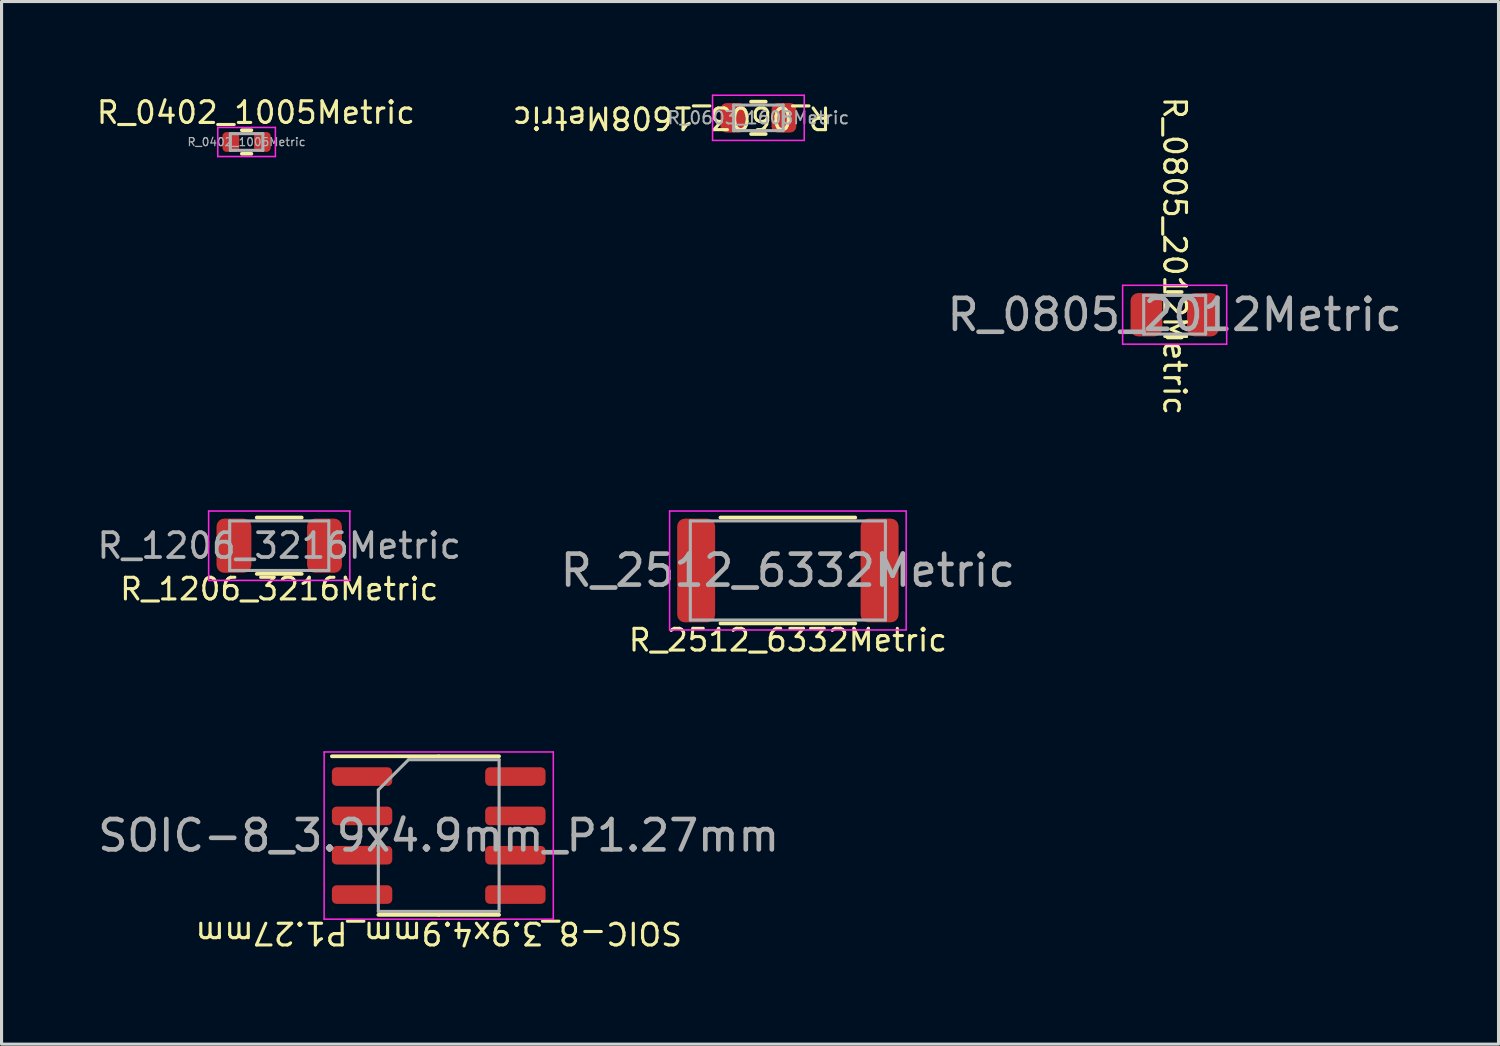
<source format=kicad_pcb>
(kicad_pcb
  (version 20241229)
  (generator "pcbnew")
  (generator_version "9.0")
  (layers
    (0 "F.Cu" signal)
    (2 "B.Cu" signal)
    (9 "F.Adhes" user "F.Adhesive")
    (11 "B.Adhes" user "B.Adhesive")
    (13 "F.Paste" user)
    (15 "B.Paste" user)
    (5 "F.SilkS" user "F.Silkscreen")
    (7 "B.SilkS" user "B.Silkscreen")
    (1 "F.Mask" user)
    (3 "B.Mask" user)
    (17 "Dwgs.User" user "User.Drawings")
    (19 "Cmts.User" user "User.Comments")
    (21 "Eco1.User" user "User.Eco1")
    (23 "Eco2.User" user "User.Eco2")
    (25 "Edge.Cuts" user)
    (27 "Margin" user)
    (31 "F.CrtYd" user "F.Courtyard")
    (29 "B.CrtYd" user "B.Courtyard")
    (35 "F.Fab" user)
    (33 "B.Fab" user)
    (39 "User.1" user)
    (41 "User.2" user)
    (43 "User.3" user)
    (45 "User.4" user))
  (footprint "R_0402_1005Metric"
    (layer "F.Cu")
    (at 4.913 1.535)
    (property "Reference" "R_0402_1005Metric" (at 0.3 -0.95 0) (unlocked yes) (layer "F.SilkS") (effects (font (size 0.7 0.7) (thickness 0.1))))
    (attr smd)
    (fp_line (start -0.154 -0.38) (end 0.154 -0.38) (stroke (width 0.12) (type solid)) (layer "F.SilkS"))
    (fp_line (start -0.154 0.38) (end 0.154 0.38) (stroke (width 0.12) (type solid)) (layer "F.SilkS"))
    (fp_line (start -0.93 -0.47) (end 0.93 -0.47) (stroke (width 0.05) (type solid)) (layer "F.CrtYd"))
    (fp_line (start -0.93 0.47) (end -0.93 -0.47) (stroke (width 0.05) (type solid)) (layer "F.CrtYd"))
    (fp_line (start 0.93 -0.47) (end 0.93 0.47) (stroke (width 0.05) (type solid)) (layer "F.CrtYd"))
    (fp_line (start 0.93 0.47) (end -0.93 0.47) (stroke (width 0.05) (type solid)) (layer "F.CrtYd"))
    (fp_line (start -0.525 -0.27) (end 0.525 -0.27) (stroke (width 0.1) (type solid)) (layer "F.Fab"))
    (fp_line (start -0.525 0.27) (end -0.525 -0.27) (stroke (width 0.1) (type solid)) (layer "F.Fab"))
    (fp_line (start 0.525 -0.27) (end 0.525 0.27) (stroke (width 0.1) (type solid)) (layer "F.Fab"))
    (fp_line (start 0.525 0.27) (end -0.525 0.27) (stroke (width 0.1) (type solid)) (layer "F.Fab"))
    (fp_text user "${REFERENCE}" (at 0 0 0) (layer "F.Fab") (effects (font (size 0.26 0.26) (thickness 0.04))))
    (pad "1" smd roundrect (at -0.51 0) (size 0.54 0.64) (layers "F.Cu" "F.Mask" "F.Paste") (roundrect_rratio 0.25))
    (pad "2" smd roundrect (at 0.51 0) (size 0.54 0.64) (layers "F.Cu" "F.Mask" "F.Paste") (roundrect_rratio 0.25)))
  (footprint "R_2512_6332Metric"
    (layer "F.Cu")
    (at 22.392 15.372)
    (property "Reference" "R_2512_6332Metric" (at 0 2.25 0) (unlocked yes) (layer "F.SilkS") (effects (font (size 0.7 0.7) (thickness 0.1))))
    (attr smd)
    (fp_line (start -2.177 -1.71) (end 2.177 -1.71) (stroke (width 0.12) (type solid)) (layer "F.SilkS"))
    (fp_line (start -2.177 1.71) (end 2.177 1.71) (stroke (width 0.12) (type solid)) (layer "F.SilkS"))
    (fp_line (start -3.82 -1.92) (end 3.82 -1.92) (stroke (width 0.05) (type solid)) (layer "F.CrtYd"))
    (fp_line (start -3.82 1.92) (end -3.82 -1.92) (stroke (width 0.05) (type solid)) (layer "F.CrtYd"))
    (fp_line (start 3.82 -1.92) (end 3.82 1.92) (stroke (width 0.05) (type solid)) (layer "F.CrtYd"))
    (fp_line (start 3.82 1.92) (end -3.82 1.92) (stroke (width 0.05) (type solid)) (layer "F.CrtYd"))
    (fp_line (start -3.15 -1.6) (end 3.15 -1.6) (stroke (width 0.1) (type solid)) (layer "F.Fab"))
    (fp_line (start -3.15 1.6) (end -3.15 -1.6) (stroke (width 0.1) (type solid)) (layer "F.Fab"))
    (fp_line (start 3.15 -1.6) (end 3.15 1.6) (stroke (width 0.1) (type solid)) (layer "F.Fab"))
    (fp_line (start 3.15 1.6) (end -3.15 1.6) (stroke (width 0.1) (type solid)) (layer "F.Fab"))
    (fp_text user "${REFERENCE}" (at 0 0 0) (unlocked yes) (layer "F.Fab") (effects (font (size 1 1) (thickness 0.15))))
    (pad "1" smd roundrect (at -2.962 0) (size 1.225 3.35) (layers "F.Cu" "F.Mask" "F.Paste") (roundrect_rratio 0.204))
    (pad "2" smd roundrect (at 2.962 0) (size 1.225 3.35) (layers "F.Cu" "F.Mask" "F.Paste") (roundrect_rratio 0.204)))
  (footprint "SOIC-8_3.9x4.9mm_P1.27mm"
    (layer "F.Cu")
    (at 11.117 23.932)
    (property "Reference" "SOIC-8_3.9x4.9mm_P1.27mm" (at 0 3.15 180) (unlocked yes) (layer "F.SilkS") (effects (font (size 0.7 0.7) (thickness 0.1))))
    (attr smd)
    (fp_line (start 0 -2.56) (end -3.45 -2.56) (stroke (width 0.12) (type solid)) (layer "F.SilkS"))
    (fp_line (start 0 -2.56) (end 1.95 -2.56) (stroke (width 0.12) (type solid)) (layer "F.SilkS"))
    (fp_line (start 0 2.56) (end -1.95 2.56) (stroke (width 0.12) (type solid)) (layer "F.SilkS"))
    (fp_line (start 0 2.56) (end 1.95 2.56) (stroke (width 0.12) (type solid)) (layer "F.SilkS"))
    (fp_line (start -3.7 -2.7) (end -3.7 2.7) (stroke (width 0.05) (type solid)) (layer "F.CrtYd"))
    (fp_line (start -3.7 2.7) (end 3.7 2.7) (stroke (width 0.05) (type solid)) (layer "F.CrtYd"))
    (fp_line (start 3.7 -2.7) (end -3.7 -2.7) (stroke (width 0.05) (type solid)) (layer "F.CrtYd"))
    (fp_line (start 3.7 2.7) (end 3.7 -2.7) (stroke (width 0.05) (type solid)) (layer "F.CrtYd"))
    (fp_line (start -1.95 -1.475) (end -0.975 -2.45) (stroke (width 0.1) (type solid)) (layer "F.Fab"))
    (fp_line (start -1.95 2.45) (end -1.95 -1.475) (stroke (width 0.1) (type solid)) (layer "F.Fab"))
    (fp_line (start -0.975 -2.45) (end 1.95 -2.45) (stroke (width 0.1) (type solid)) (layer "F.Fab"))
    (fp_line (start 1.95 -2.45) (end 1.95 2.45) (stroke (width 0.1) (type solid)) (layer "F.Fab"))
    (fp_line (start 1.95 2.45) (end -1.95 2.45) (stroke (width 0.1) (type solid)) (layer "F.Fab"))
    (fp_text user "${REFERENCE}" (at 0 0 180) (layer "F.Fab") (effects (font (size 0.98 0.98) (thickness 0.15))))
    (pad "1" smd roundrect (at -2.475 -1.905) (size 1.95 0.6) (layers "F.Cu" "F.Mask" "F.Paste") (roundrect_rratio 0.25))
    (pad "2" smd roundrect (at -2.475 -0.635) (size 1.95 0.6) (layers "F.Cu" "F.Mask" "F.Paste") (roundrect_rratio 0.25))
    (pad "3" smd roundrect (at -2.475 0.635) (size 1.95 0.6) (layers "F.Cu" "F.Mask" "F.Paste") (roundrect_rratio 0.25))
    (pad "4" smd roundrect (at -2.475 1.905) (size 1.95 0.6) (layers "F.Cu" "F.Mask" "F.Paste") (roundrect_rratio 0.25))
    (pad "5" smd roundrect (at 2.475 1.905) (size 1.95 0.6) (layers "F.Cu" "F.Mask" "F.Paste") (roundrect_rratio 0.25))
    (pad "6" smd roundrect (at 2.475 0.635) (size 1.95 0.6) (layers "F.Cu" "F.Mask" "F.Paste") (roundrect_rratio 0.25))
    (pad "7" smd roundrect (at 2.475 -0.635) (size 1.95 0.6) (layers "F.Cu" "F.Mask" "F.Paste") (roundrect_rratio 0.25))
    (pad "8" smd roundrect (at 2.475 -1.905) (size 1.95 0.6) (layers "F.Cu" "F.Mask" "F.Paste") (roundrect_rratio 0.25)))
  (footprint "R_0603_1608Metric"
    (layer "F.Cu")
    (at 21.44 0.755)
    (property "Reference" "R_0603_1608Metric" (at -2.8 0 180) (unlocked yes) (layer "F.SilkS") (effects (font (size 0.7 0.7) (thickness 0.1))))
    (attr smd)
    (fp_line (start -0.237 -0.522) (end 0.237 -0.522) (stroke (width 0.12) (type solid)) (layer "F.SilkS"))
    (fp_line (start -0.237 0.522) (end 0.237 0.522) (stroke (width 0.12) (type solid)) (layer "F.SilkS"))
    (fp_line (start -1.48 -0.73) (end 1.48 -0.73) (stroke (width 0.05) (type solid)) (layer "F.CrtYd"))
    (fp_line (start -1.48 0.73) (end -1.48 -0.73) (stroke (width 0.05) (type solid)) (layer "F.CrtYd"))
    (fp_line (start 1.48 -0.73) (end 1.48 0.73) (stroke (width 0.05) (type solid)) (layer "F.CrtYd"))
    (fp_line (start 1.48 0.73) (end -1.48 0.73) (stroke (width 0.05) (type solid)) (layer "F.CrtYd"))
    (fp_line (start -0.8 -0.412) (end 0.8 -0.412) (stroke (width 0.1) (type solid)) (layer "F.Fab"))
    (fp_line (start -0.8 0.412) (end -0.8 -0.412) (stroke (width 0.1) (type solid)) (layer "F.Fab"))
    (fp_line (start 0.8 -0.412) (end 0.8 0.412) (stroke (width 0.1) (type solid)) (layer "F.Fab"))
    (fp_line (start 0.8 0.412) (end -0.8 0.412) (stroke (width 0.1) (type solid)) (layer "F.Fab"))
    (fp_text user "${REFERENCE}" (at 0 0 180) (layer "F.Fab") (effects (font (size 0.4 0.4) (thickness 0.06))))
    (pad "1" smd roundrect (at -0.825 0) (size 0.8 0.95) (layers "F.Cu" "F.Mask" "F.Paste") (roundrect_rratio 0.25))
    (pad "2" smd roundrect (at 0.825 0) (size 0.8 0.95) (layers "F.Cu" "F.Mask" "F.Paste") (roundrect_rratio 0.25)))
  (footprint "R_1206_3216Metric"
    (layer "F.Cu")
    (at 5.967 14.572)
    (property "Reference" "R_1206_3216Metric" (at 0 1.4 0) (unlocked yes) (layer "F.SilkS") (effects (font (size 0.7 0.7) (thickness 0.1))))
    (attr smd exclude_from_pos_files exclude_from_bom)
    (fp_line (start -0.727 -0.91) (end 0.727 -0.91) (stroke (width 0.12) (type solid)) (layer "F.SilkS"))
    (fp_line (start -0.727 0.91) (end 0.727 0.91) (stroke (width 0.12) (type solid)) (layer "F.SilkS"))
    (fp_line (start -2.28 -1.12) (end 2.28 -1.12) (stroke (width 0.05) (type solid)) (layer "F.CrtYd"))
    (fp_line (start -2.28 1.12) (end -2.28 -1.12) (stroke (width 0.05) (type solid)) (layer "F.CrtYd"))
    (fp_line (start 2.28 -1.12) (end 2.28 1.12) (stroke (width 0.05) (type solid)) (layer "F.CrtYd"))
    (fp_line (start 2.28 1.12) (end -2.28 1.12) (stroke (width 0.05) (type solid)) (layer "F.CrtYd"))
    (fp_line (start -1.6 -0.8) (end 1.6 -0.8) (stroke (width 0.1) (type solid)) (layer "F.Fab"))
    (fp_line (start -1.6 0.8) (end -1.6 -0.8) (stroke (width 0.1) (type solid)) (layer "F.Fab"))
    (fp_line (start 1.6 -0.8) (end 1.6 0.8) (stroke (width 0.1) (type solid)) (layer "F.Fab"))
    (fp_line (start 1.6 0.8) (end -1.6 0.8) (stroke (width 0.1) (type solid)) (layer "F.Fab"))
    (fp_text user "${REFERENCE}" (at 0 0 0) (layer "F.Fab") (effects (font (size 0.8 0.8) (thickness 0.12))))
    (pad "1" smd roundrect (at -1.462 0 180) (size 1.125 1.75) (layers "F.Cu" "F.Mask" "F.Paste") (roundrect_rratio 0.222))
    (pad "2" smd roundrect (at 1.462 0 180) (size 1.125 1.75) (layers "F.Cu" "F.Mask" "F.Paste") (roundrect_rratio 0.222)))
  (footprint "R_0805_2012Metric"
    (layer "F.Cu")
    (at 34.882 7.113)
    (property "Reference" "R_0805_2012Metric" (at 0 -1.9 270) (unlocked yes) (layer "F.SilkS") (effects (font (size 0.7 0.7) (thickness 0.1))))
    (attr smd)
    (fp_line (start -0.227 -0.735) (end 0.227 -0.735) (stroke (width 0.12) (type solid)) (layer "F.SilkS"))
    (fp_line (start -0.227 0.735) (end 0.227 0.735) (stroke (width 0.12) (type solid)) (layer "F.SilkS"))
    (fp_line (start -1.68 -0.95) (end 1.68 -0.95) (stroke (width 0.05) (type solid)) (layer "F.CrtYd"))
    (fp_line (start -1.68 0.95) (end -1.68 -0.95) (stroke (width 0.05) (type solid)) (layer "F.CrtYd"))
    (fp_line (start 1.68 -0.95) (end 1.68 0.95) (stroke (width 0.05) (type solid)) (layer "F.CrtYd"))
    (fp_line (start 1.68 0.95) (end -1.68 0.95) (stroke (width 0.05) (type solid)) (layer "F.CrtYd"))
    (fp_line (start -1 -0.625) (end 1 -0.625) (stroke (width 0.1) (type solid)) (layer "F.Fab"))
    (fp_line (start -1 0.625) (end -1 -0.625) (stroke (width 0.1) (type solid)) (layer "F.Fab"))
    (fp_line (start 1 -0.625) (end 1 0.625) (stroke (width 0.1) (type solid)) (layer "F.Fab"))
    (fp_line (start 1 0.625) (end -1 0.625) (stroke (width 0.1) (type solid)) (layer "F.Fab"))
    (fp_text user "${REFERENCE}" (at 0 0 0) (unlocked yes) (layer "F.Fab") (effects (font (size 1 1) (thickness 0.15))))
    (pad "1" smd roundrect (at -0.912 0) (size 1.025 1.4) (layers "F.Cu" "F.Mask" "F.Paste") (roundrect_rratio 0.244))
    (pad "2" smd roundrect (at 0.912 0) (size 1.025 1.4) (layers "F.Cu" "F.Mask" "F.Paste") (roundrect_rratio 0.244)))
  (gr_rect
    (start -3 -3)
    (end 45.34 30.667)
    (stroke (width 0.1) (type default))
    (fill no)
    (layer "Edge.Cuts")))
</source>
